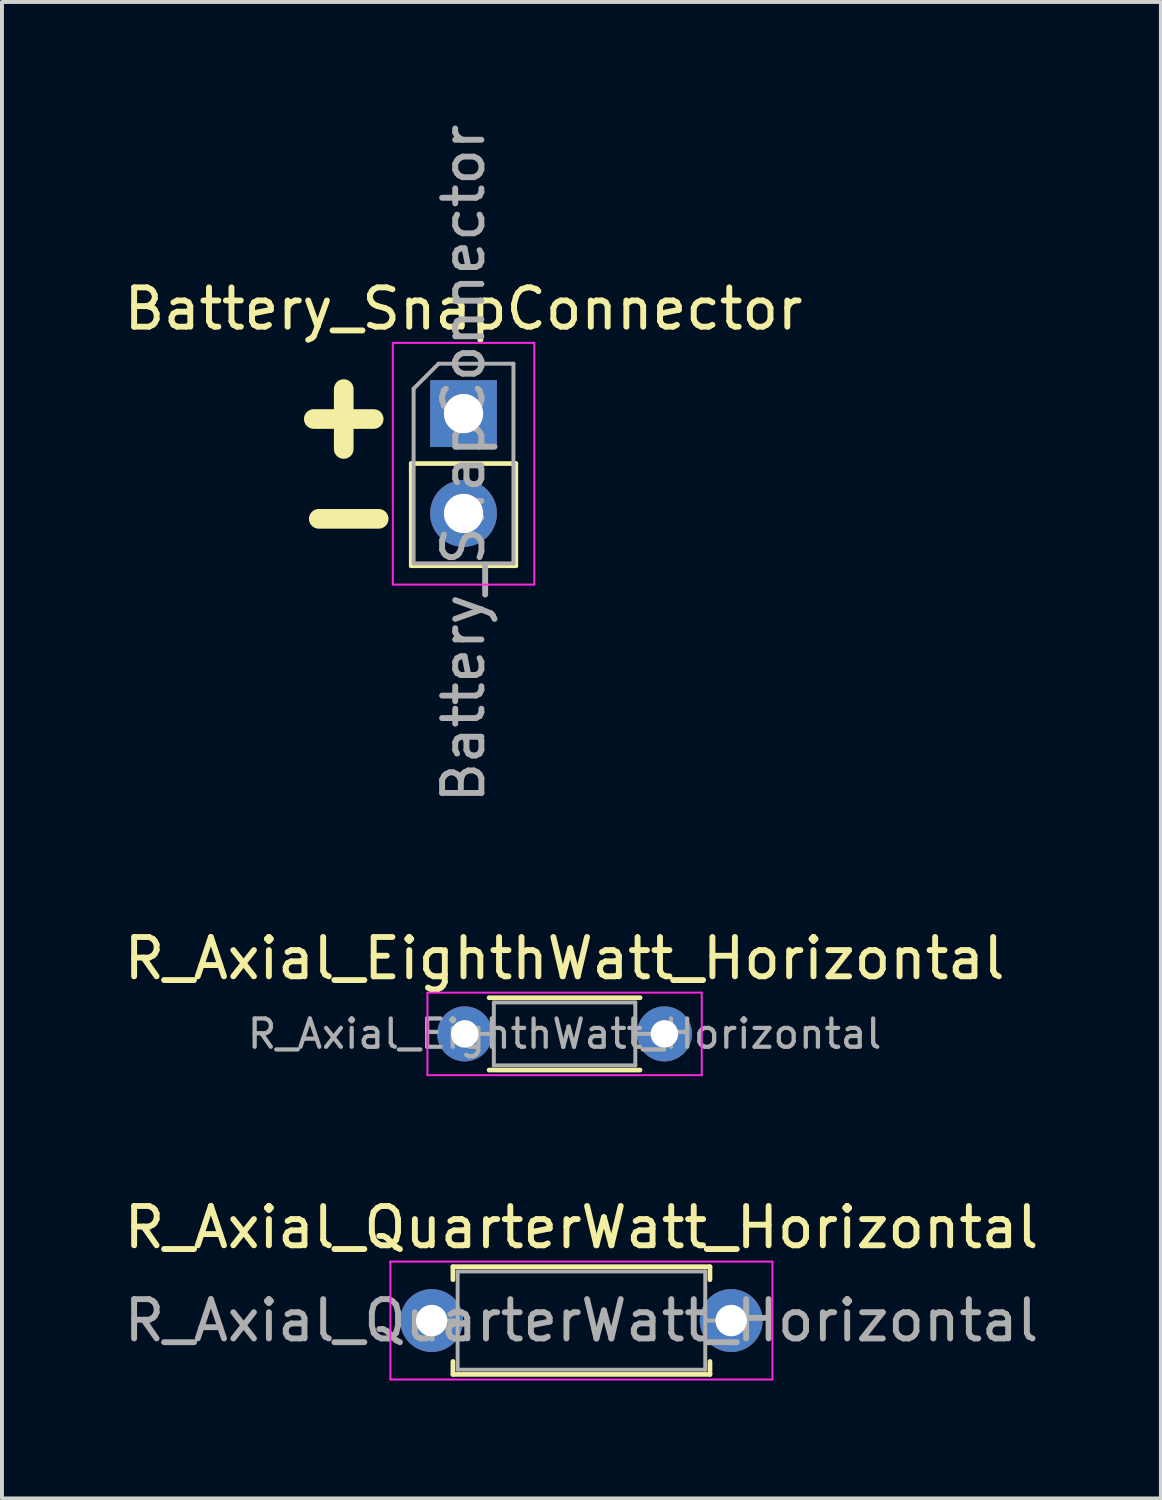
<source format=kicad_pcb>
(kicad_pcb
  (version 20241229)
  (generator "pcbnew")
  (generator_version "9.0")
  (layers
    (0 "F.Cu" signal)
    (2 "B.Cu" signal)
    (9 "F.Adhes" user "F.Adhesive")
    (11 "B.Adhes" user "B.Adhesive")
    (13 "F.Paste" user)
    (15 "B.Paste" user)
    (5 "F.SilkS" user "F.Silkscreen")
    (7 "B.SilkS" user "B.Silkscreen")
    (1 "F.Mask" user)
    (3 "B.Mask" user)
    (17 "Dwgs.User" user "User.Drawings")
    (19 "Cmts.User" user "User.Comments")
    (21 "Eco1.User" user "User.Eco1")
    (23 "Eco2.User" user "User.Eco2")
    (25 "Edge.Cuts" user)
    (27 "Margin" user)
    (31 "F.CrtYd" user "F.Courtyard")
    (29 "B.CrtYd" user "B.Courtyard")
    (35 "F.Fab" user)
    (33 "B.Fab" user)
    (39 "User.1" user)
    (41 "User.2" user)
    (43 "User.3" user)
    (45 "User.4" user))
  (footprint "Battery_SnapConnector"
    (layer "F.Cu")
    (at 8.744 7.474)
    (property "Reference" "Battery_SnapConnector" (at 0 -2.667 180) (layer "F.SilkS") (effects (font (size 1 1) (thickness 0.15))))
    (attr through_hole)
    (fp_line (start -1.33 1.27) (end -1.33 3.87) (stroke (width 0.12) (type solid)) (layer "F.SilkS"))
    (fp_line (start -1.33 1.27) (end 1.33 1.27) (stroke (width 0.12) (type solid)) (layer "F.SilkS"))
    (fp_line (start -1.33 3.87) (end 1.33 3.87) (stroke (width 0.12) (type solid)) (layer "F.SilkS"))
    (fp_line (start 1.33 1.27) (end 1.33 3.87) (stroke (width 0.12) (type solid)) (layer "F.SilkS"))
    (fp_line (start -1.8 -1.8) (end -1.8 4.35) (stroke (width 0.05) (type solid)) (layer "F.CrtYd"))
    (fp_line (start -1.8 4.35) (end 1.8 4.35) (stroke (width 0.05) (type solid)) (layer "F.CrtYd"))
    (fp_line (start 1.8 -1.8) (end -1.8 -1.8) (stroke (width 0.05) (type solid)) (layer "F.CrtYd"))
    (fp_line (start 1.8 4.35) (end 1.8 -1.8) (stroke (width 0.05) (type solid)) (layer "F.CrtYd"))
    (fp_line (start -1.27 -0.635) (end -0.635 -1.27) (stroke (width 0.1) (type solid)) (layer "F.Fab"))
    (fp_line (start -1.27 3.81) (end -1.27 -0.635) (stroke (width 0.1) (type solid)) (layer "F.Fab"))
    (fp_line (start -0.635 -1.27) (end 1.27 -1.27) (stroke (width 0.1) (type solid)) (layer "F.Fab"))
    (fp_line (start 1.27 -1.27) (end 1.27 3.81) (stroke (width 0.1) (type solid)) (layer "F.Fab"))
    (fp_line (start 1.27 3.81) (end -1.27 3.81) (stroke (width 0.1) (type solid)) (layer "F.Fab"))
    (fp_text user "-" (at -2.921 2.54 0) (layer "F.SilkS") (effects (font (size 2 2) (thickness 0.5))))
    (fp_text user "+" (at -3.048 0 0) (layer "F.SilkS") (effects (font (size 2 2) (thickness 0.5))))
    (fp_text user "${REFERENCE}" (at 0 1.27 90) (layer "F.Fab") (effects (font (size 1 1) (thickness 0.15))))
    (pad "1" thru_hole rect (at 0 0) (size 1.7 1.7) (drill 1) (layers "*.Cu" "*.Mask"))
    (pad "2" thru_hole oval (at 0 2.54) (size 1.7 1.7) (drill 1) (layers "*.Cu" "*.Mask")))
  (footprint "R_Axial_QuarterWatt_Horizontal"
    (layer "F.Cu")
    (at 7.934 30.55)
    (property "Reference" "R_Axial_QuarterWatt_Horizontal" (at 3.81 -2.37 0) (layer "F.SilkS") (effects (font (size 1 1) (thickness 0.15))))
    (attr through_hole)
    (fp_line (start 0.54 -1.37) (end 7.08 -1.37) (stroke (width 0.12) (type solid)) (layer "F.SilkS"))
    (fp_line (start 0.54 -1.04) (end 0.54 -1.37) (stroke (width 0.12) (type solid)) (layer "F.SilkS"))
    (fp_line (start 0.54 1.04) (end 0.54 1.37) (stroke (width 0.12) (type solid)) (layer "F.SilkS"))
    (fp_line (start 0.54 1.37) (end 7.08 1.37) (stroke (width 0.12) (type solid)) (layer "F.SilkS"))
    (fp_line (start 7.08 -1.37) (end 7.08 -1.04) (stroke (width 0.12) (type solid)) (layer "F.SilkS"))
    (fp_line (start 7.08 1.37) (end 7.08 1.04) (stroke (width 0.12) (type solid)) (layer "F.SilkS"))
    (fp_line (start -1.05 -1.5) (end -1.05 1.5) (stroke (width 0.05) (type solid)) (layer "F.CrtYd"))
    (fp_line (start -1.05 1.5) (end 8.67 1.5) (stroke (width 0.05) (type solid)) (layer "F.CrtYd"))
    (fp_line (start 8.67 -1.5) (end -1.05 -1.5) (stroke (width 0.05) (type solid)) (layer "F.CrtYd"))
    (fp_line (start 8.67 1.5) (end 8.67 -1.5) (stroke (width 0.05) (type solid)) (layer "F.CrtYd"))
    (fp_line (start 0 0) (end 0.66 0) (stroke (width 0.1) (type solid)) (layer "F.Fab"))
    (fp_line (start 0.66 -1.25) (end 0.66 1.25) (stroke (width 0.1) (type solid)) (layer "F.Fab"))
    (fp_line (start 0.66 1.25) (end 6.96 1.25) (stroke (width 0.1) (type solid)) (layer "F.Fab"))
    (fp_line (start 6.96 -1.25) (end 0.66 -1.25) (stroke (width 0.1) (type solid)) (layer "F.Fab"))
    (fp_line (start 6.96 1.25) (end 6.96 -1.25) (stroke (width 0.1) (type solid)) (layer "F.Fab"))
    (fp_line (start 7.62 0) (end 6.96 0) (stroke (width 0.1) (type solid)) (layer "F.Fab"))
    (fp_text user "${REFERENCE}" (at 3.81 0 0) (layer "F.Fab") (effects (font (size 1 1) (thickness 0.15))))
    (pad "1" thru_hole circle (at 0 0) (size 1.6 1.6) (drill 0.8) (layers "*.Cu" "*.Mask"))
    (pad "2" thru_hole oval (at 7.62 0) (size 1.6 1.6) (drill 0.8) (layers "*.Cu" "*.Mask")))
  (footprint "R_Axial_EighthWatt_Horizontal"
    (layer "F.Cu")
    (at 8.775 23.256)
    (property "Reference" "R_Axial_EighthWatt_Horizontal" (at 2.54 -1.92 0) (layer "F.SilkS") (effects (font (size 1 1) (thickness 0.15))))
    (attr through_hole)
    (fp_line (start 0.62 -0.92) (end 4.46 -0.92) (stroke (width 0.12) (type solid)) (layer "F.SilkS"))
    (fp_line (start 0.62 0.92) (end 4.46 0.92) (stroke (width 0.12) (type solid)) (layer "F.SilkS"))
    (fp_line (start -0.95 -1.05) (end -0.95 1.05) (stroke (width 0.05) (type solid)) (layer "F.CrtYd"))
    (fp_line (start -0.95 1.05) (end 6.03 1.05) (stroke (width 0.05) (type solid)) (layer "F.CrtYd"))
    (fp_line (start 6.03 -1.05) (end -0.95 -1.05) (stroke (width 0.05) (type solid)) (layer "F.CrtYd"))
    (fp_line (start 6.03 1.05) (end 6.03 -1.05) (stroke (width 0.05) (type solid)) (layer "F.CrtYd"))
    (fp_line (start 0 0) (end 0.74 0) (stroke (width 0.1) (type solid)) (layer "F.Fab"))
    (fp_line (start 0.74 -0.8) (end 0.74 0.8) (stroke (width 0.1) (type solid)) (layer "F.Fab"))
    (fp_line (start 0.74 0.8) (end 4.34 0.8) (stroke (width 0.1) (type solid)) (layer "F.Fab"))
    (fp_line (start 4.34 -0.8) (end 0.74 -0.8) (stroke (width 0.1) (type solid)) (layer "F.Fab"))
    (fp_line (start 4.34 0.8) (end 4.34 -0.8) (stroke (width 0.1) (type solid)) (layer "F.Fab"))
    (fp_line (start 5.08 0) (end 4.34 0) (stroke (width 0.1) (type solid)) (layer "F.Fab"))
    (fp_text user "${REFERENCE}" (at 2.54 0 0) (layer "F.Fab") (effects (font (size 0.72 0.72) (thickness 0.108))))
    (pad "1" thru_hole circle (at 0 0) (size 1.4 1.4) (drill 0.7) (layers "*.Cu" "*.Mask"))
    (pad "2" thru_hole oval (at 5.08 0) (size 1.4 1.4) (drill 0.7) (layers "*.Cu" "*.Mask")))
  (gr_rect
    (start -3 -3)
    (end 26.488 35.075)
    (stroke (width 0.1) (type default))
    (fill no)
    (layer "Edge.Cuts")))
</source>
